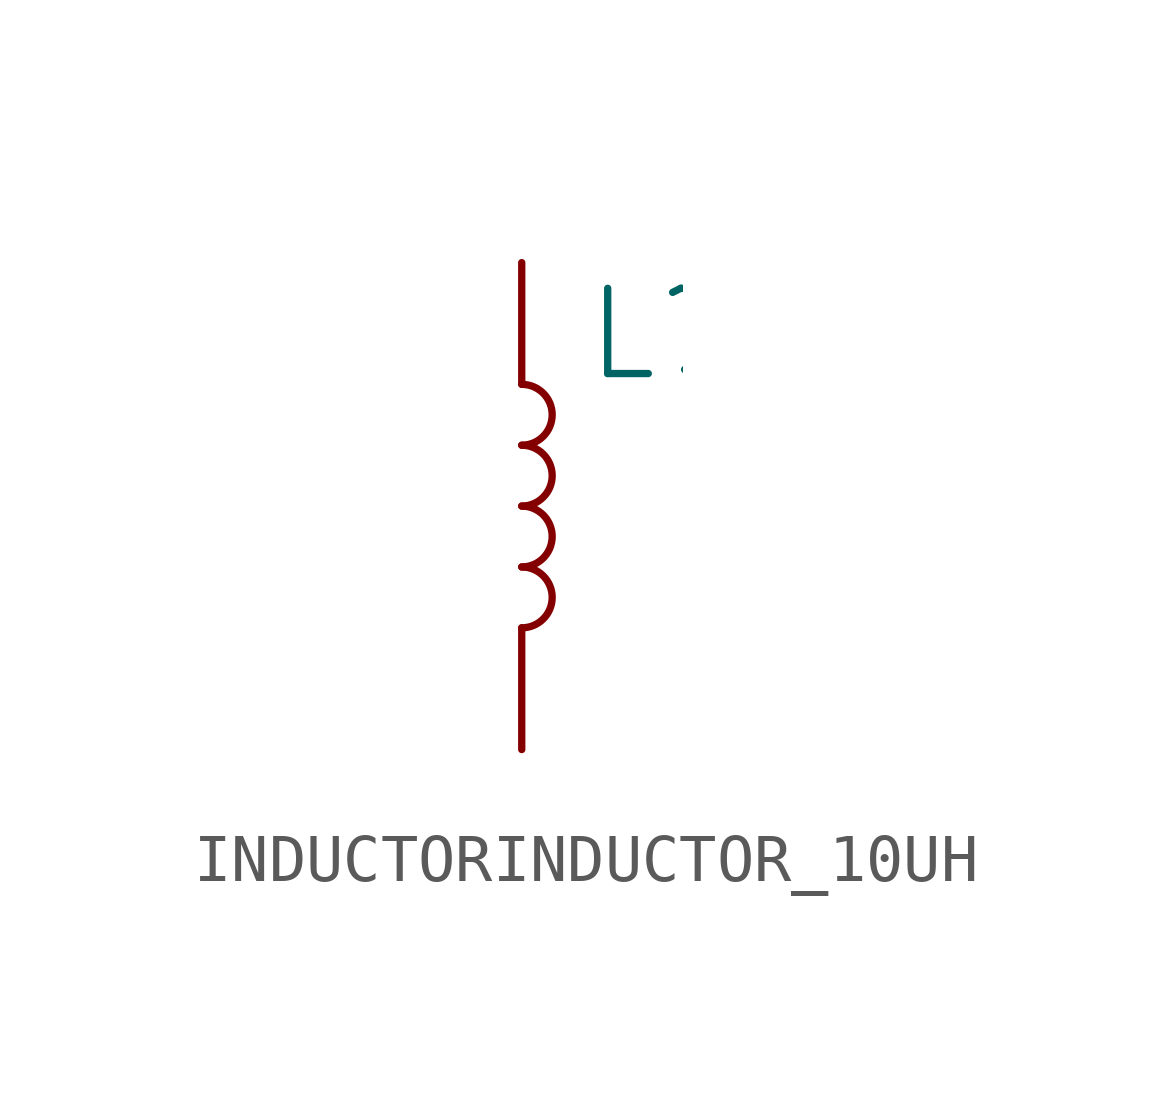
<source format=kicad_sym>
(kicad_symbol_lib
  (version 20231120)
  (generator "kicad_symbol_editor")
  (generator_version "8.0")
  (symbol "INDUCTORINDUCTOR_10UH"
    (property "Reference" "L"
      (at 1.27 2.54 0)
      (effects (font (size 1.778 1.778)) (justify left bottom)))
    (property "Value" ""
      (at 1.27 -2.54 0)
      (effects (font (size 1.778 1.778)) (justify left top)))
    (property "ki_locked" ""
      (at 0 0 0)
      (effects (font (size 1.27 1.27))))
    (symbol "INDUCTORINDUCTOR_10UH_1_0"
      (arc (start 0 -2.54) (mid 0.635 -1.905) (end 0 -1.27) (stroke (width 0.1524) (type solid)) (fill (type none)))
      (arc (start 0 -1.27) (mid 0.635 -0.635) (end 0 0) (stroke (width 0.1524) (type solid)) (fill (type none)))
      (arc (start 0 0) (mid 0.635 0.635) (end 0 1.27) (stroke (width 0.1524) (type solid)) (fill (type none)))
      (arc (start 0 1.27) (mid 0.635 1.905) (end 0 2.54) (stroke (width 0.1524) (type solid)) (fill (type none)))
      (pin passive line (at 0 5.08 270) (length 2.54) (name "1" (effects (font (size 0 0)))) (number "P$1" (effects (font (size 0 0)))))
      (pin passive line (at 0 -5.08 90) (length 2.54) (name "2" (effects (font (size 0 0)))) (number "P$2" (effects (font (size 0 0))))))))
</source>
